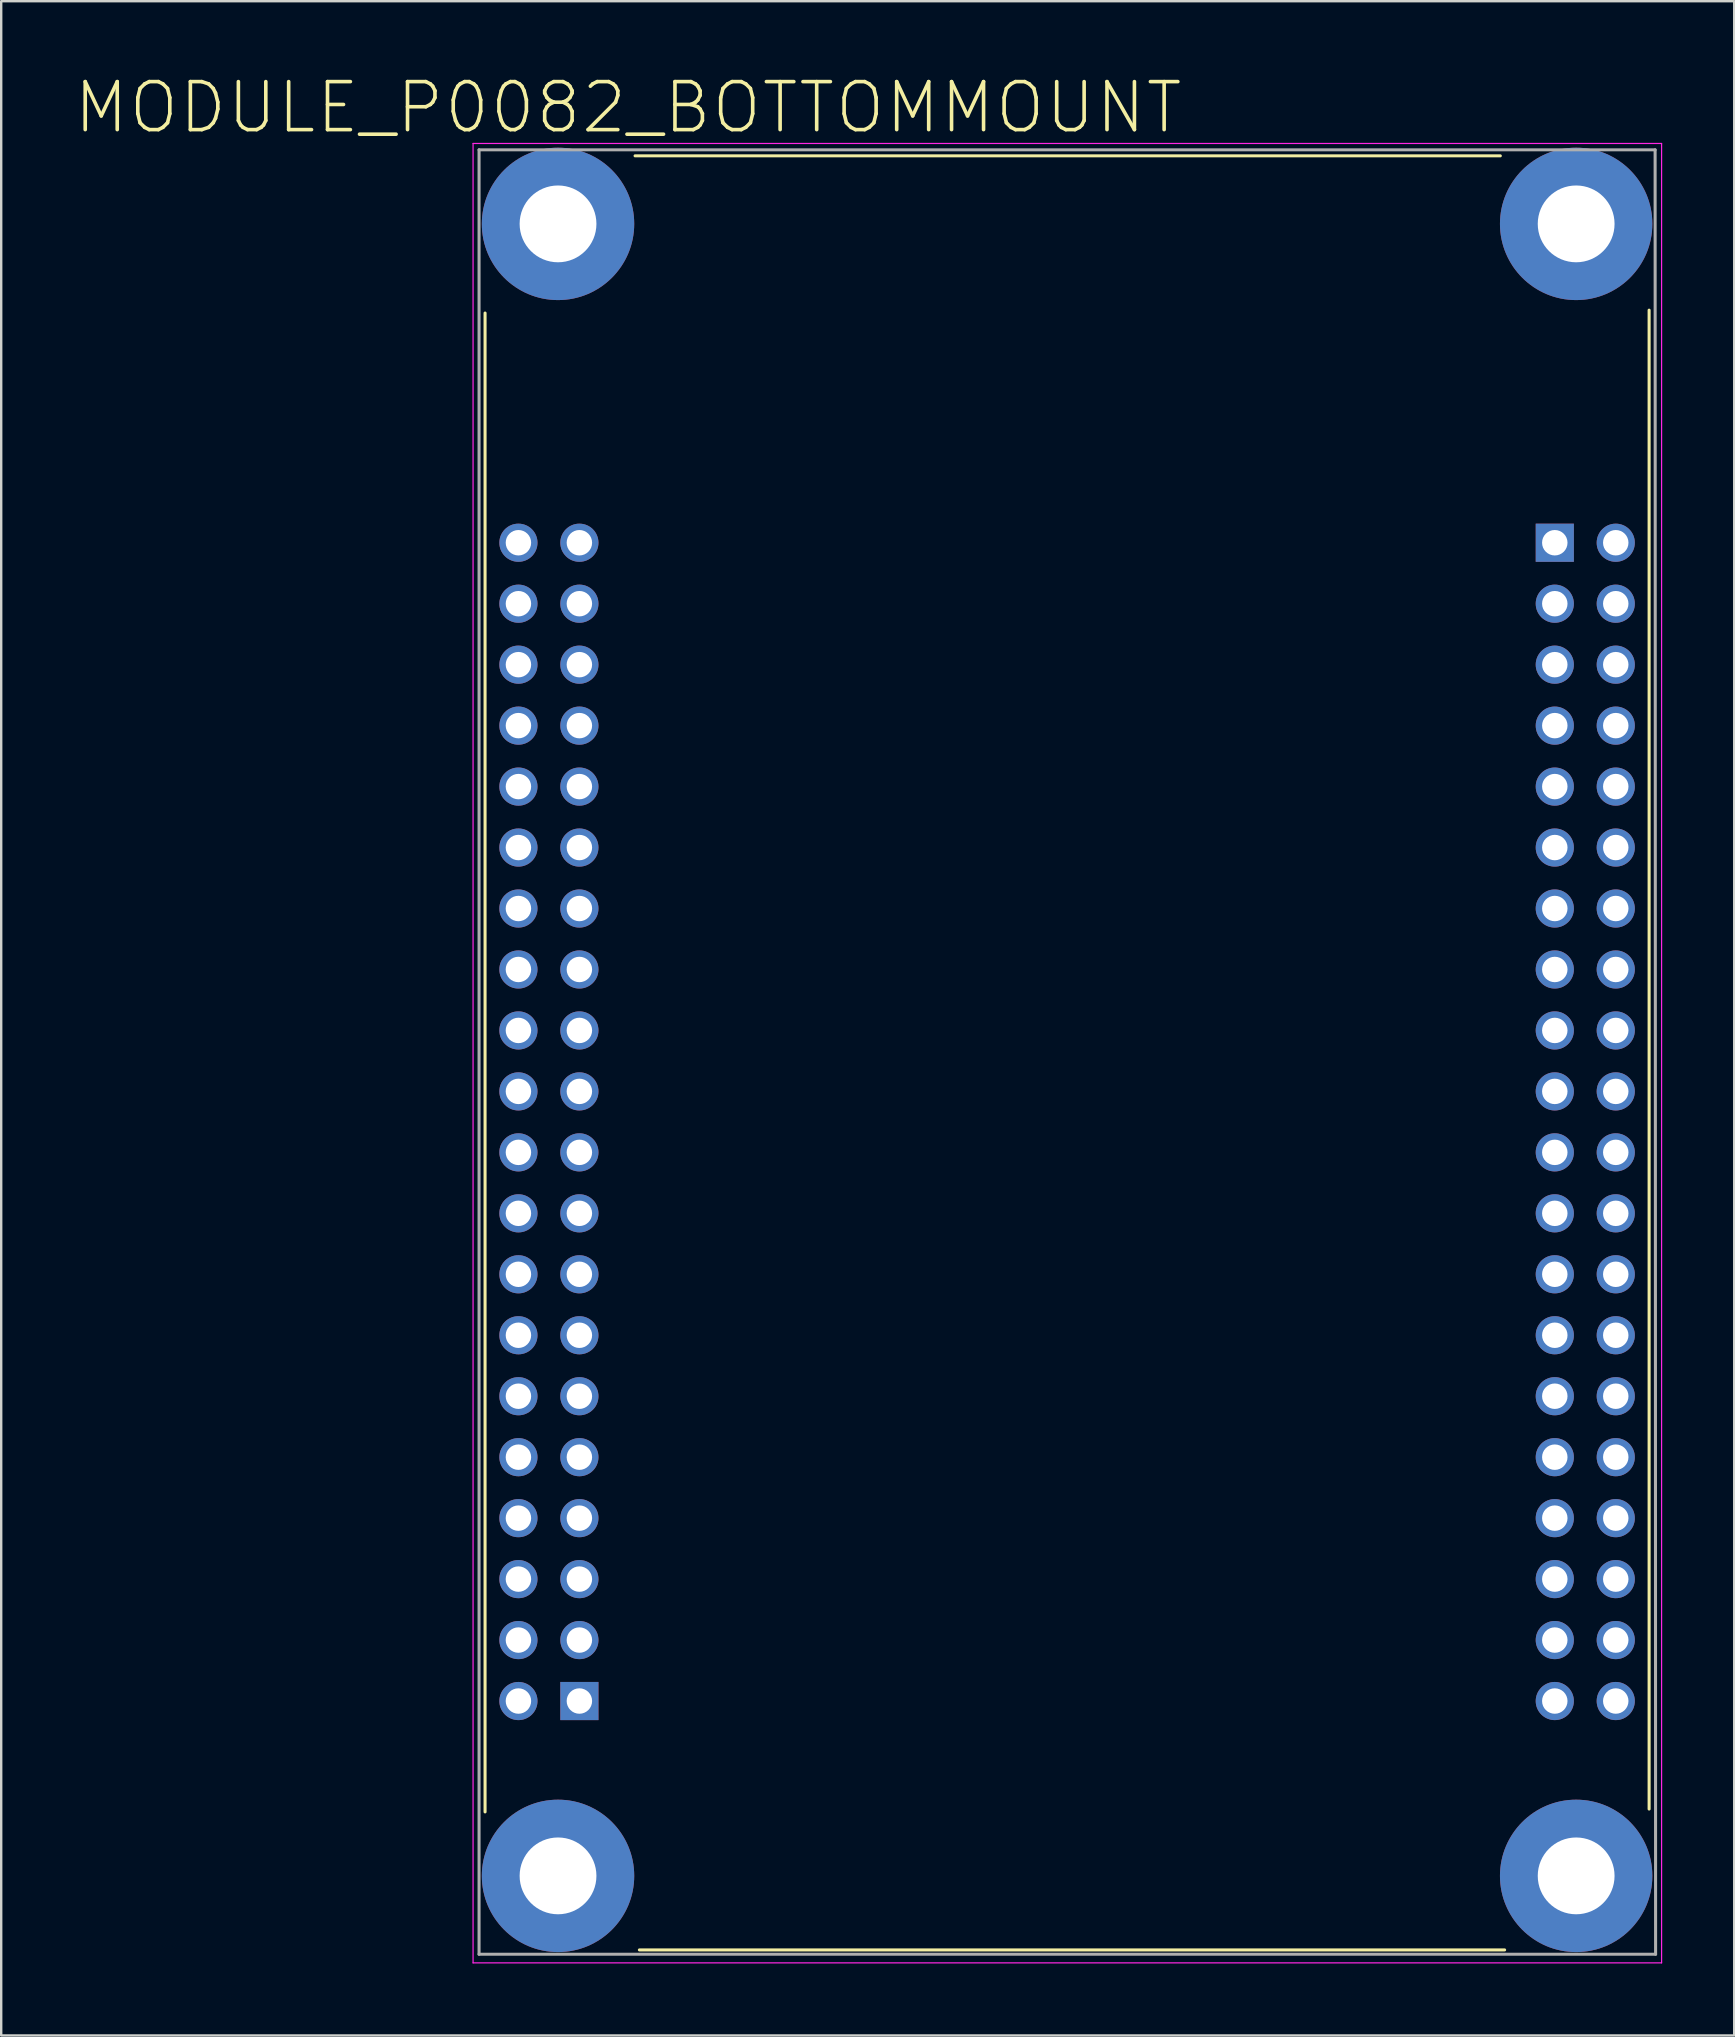
<source format=kicad_pcb>
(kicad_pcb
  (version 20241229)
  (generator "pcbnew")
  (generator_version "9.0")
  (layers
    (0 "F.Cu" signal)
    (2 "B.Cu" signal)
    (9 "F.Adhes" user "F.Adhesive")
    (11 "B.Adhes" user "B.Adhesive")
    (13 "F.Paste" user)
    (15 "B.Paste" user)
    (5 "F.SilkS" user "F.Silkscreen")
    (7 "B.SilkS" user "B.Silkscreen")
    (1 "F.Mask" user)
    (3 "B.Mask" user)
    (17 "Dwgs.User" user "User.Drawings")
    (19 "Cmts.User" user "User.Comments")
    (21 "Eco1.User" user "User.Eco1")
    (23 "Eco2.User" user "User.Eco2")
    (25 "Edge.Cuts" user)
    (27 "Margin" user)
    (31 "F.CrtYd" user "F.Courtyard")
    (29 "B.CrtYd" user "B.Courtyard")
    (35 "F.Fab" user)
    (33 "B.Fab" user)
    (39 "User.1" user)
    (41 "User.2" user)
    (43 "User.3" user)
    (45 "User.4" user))
  (footprint "MODULE_P0082_BOTTOMMOUNT"
    (layer "F.Cu")
    (at 41.41 43.693)
    (property "Reference" "MODULE_P0082_BOTTOMMOUNT" (at -18.29 -42.26 0) (layer "F.SilkS") (effects (font (size 2 2) (thickness 0.15))))
    (attr through_hole)
    (fp_line (start -24.25 -33.7) (end -24.25 28.75) (stroke (width 0.127) (type solid)) (layer "F.SilkS"))
    (fp_line (start -18 -40.25) (end 18.05 -40.25) (stroke (width 0.127) (type solid)) (layer "F.SilkS"))
    (fp_line (start -17.82 34.5) (end 18.23 34.5) (stroke (width 0.127) (type solid)) (layer "F.SilkS"))
    (fp_line (start 24.25 -33.82) (end 24.25 28.63) (stroke (width 0.127) (type solid)) (layer "F.SilkS"))
    (fp_line (start -24.75 -40.765) (end 24.77 -40.765) (stroke (width 0.05) (type solid)) (layer "F.CrtYd"))
    (fp_line (start -24.75 35.04) (end -24.75 -40.765) (stroke (width 0.05) (type solid)) (layer "F.CrtYd"))
    (fp_line (start 24.77 -40.765) (end 24.77 35.04) (stroke (width 0.05) (type solid)) (layer "F.CrtYd"))
    (fp_line (start 24.77 35.04) (end -24.75 35.04) (stroke (width 0.05) (type solid)) (layer "F.CrtYd"))
    (fp_line (start -24.5 -40.5) (end 24.5 -40.5) (stroke (width 0.127) (type solid)) (layer "F.Fab"))
    (fp_line (start -24.5 34.68) (end -24.5 -40.5) (stroke (width 0.127) (type solid)) (layer "F.Fab"))
    (fp_line (start 24.5 -40.5) (end 24.52 34.68) (stroke (width 0.127) (type solid)) (layer "F.Fab"))
    (fp_line (start 24.52 34.68) (end -24.5 34.68) (stroke (width 0.127) (type solid)) (layer "F.Fab"))
    (pad "JP1_1" thru_hole rect (at 20.32 -24.13) (size 1.59 1.59) (drill 1.06) (layers "*.Cu" "*.Mask"))
    (pad "JP1_2" thru_hole circle (at 22.86 -24.13) (size 1.59 1.59) (drill 1.06) (layers "*.Cu" "*.Mask"))
    (pad "JP1_3" thru_hole circle (at 20.32 -21.59) (size 1.59 1.59) (drill 1.06) (layers "*.Cu" "*.Mask"))
    (pad "JP1_4" thru_hole circle (at 22.86 -21.59) (size 1.59 1.59) (drill 1.06) (layers "*.Cu" "*.Mask"))
    (pad "JP1_5" thru_hole circle (at 20.32 -19.05) (size 1.59 1.59) (drill 1.06) (layers "*.Cu" "*.Mask"))
    (pad "JP1_6" thru_hole circle (at 22.86 -19.05) (size 1.59 1.59) (drill 1.06) (layers "*.Cu" "*.Mask"))
    (pad "JP1_7" thru_hole circle (at 20.32 -16.51) (size 1.59 1.59) (drill 1.06) (layers "*.Cu" "*.Mask"))
    (pad "JP1_8" thru_hole circle (at 22.86 -16.51) (size 1.59 1.59) (drill 1.06) (layers "*.Cu" "*.Mask"))
    (pad "JP1_9" thru_hole circle (at 20.32 -13.97) (size 1.59 1.59) (drill 1.06) (layers "*.Cu" "*.Mask"))
    (pad "JP1_10" thru_hole circle (at 22.86 -13.97) (size 1.59 1.59) (drill 1.06) (layers "*.Cu" "*.Mask"))
    (pad "JP1_11" thru_hole circle (at 20.32 -11.43) (size 1.59 1.59) (drill 1.06) (layers "*.Cu" "*.Mask"))
    (pad "JP1_12" thru_hole circle (at 22.86 -11.43) (size 1.59 1.59) (drill 1.06) (layers "*.Cu" "*.Mask"))
    (pad "JP1_13" thru_hole circle (at 20.32 -8.89) (size 1.59 1.59) (drill 1.06) (layers "*.Cu" "*.Mask"))
    (pad "JP1_14" thru_hole circle (at 22.86 -8.89) (size 1.59 1.59) (drill 1.06) (layers "*.Cu" "*.Mask"))
    (pad "JP1_15" thru_hole circle (at 20.32 -6.35) (size 1.59 1.59) (drill 1.06) (layers "*.Cu" "*.Mask"))
    (pad "JP1_16" thru_hole circle (at 22.86 -6.35) (size 1.59 1.59) (drill 1.06) (layers "*.Cu" "*.Mask"))
    (pad "JP1_17" thru_hole circle (at 20.32 -3.81) (size 1.59 1.59) (drill 1.06) (layers "*.Cu" "*.Mask"))
    (pad "JP1_18" thru_hole circle (at 22.86 -3.81) (size 1.59 1.59) (drill 1.06) (layers "*.Cu" "*.Mask"))
    (pad "JP1_19" thru_hole circle (at 20.32 -1.27) (size 1.59 1.59) (drill 1.06) (layers "*.Cu" "*.Mask"))
    (pad "JP1_20" thru_hole circle (at 22.86 -1.27) (size 1.59 1.59) (drill 1.06) (layers "*.Cu" "*.Mask"))
    (pad "JP1_21" thru_hole circle (at 20.32 1.27) (size 1.59 1.59) (drill 1.06) (layers "*.Cu" "*.Mask"))
    (pad "JP1_22" thru_hole circle (at 22.86 1.27) (size 1.59 1.59) (drill 1.06) (layers "*.Cu" "*.Mask"))
    (pad "JP1_23" thru_hole circle (at 20.32 3.81) (size 1.59 1.59) (drill 1.06) (layers "*.Cu" "*.Mask"))
    (pad "JP1_24" thru_hole circle (at 22.86 3.81) (size 1.59 1.59) (drill 1.06) (layers "*.Cu" "*.Mask"))
    (pad "JP1_25" thru_hole circle (at 20.32 6.35) (size 1.59 1.59) (drill 1.06) (layers "*.Cu" "*.Mask"))
    (pad "JP1_26" thru_hole circle (at 22.86 6.35) (size 1.59 1.59) (drill 1.06) (layers "*.Cu" "*.Mask"))
    (pad "JP1_27" thru_hole circle (at 20.32 8.89) (size 1.59 1.59) (drill 1.06) (layers "*.Cu" "*.Mask"))
    (pad "JP1_28" thru_hole circle (at 22.86 8.89) (size 1.59 1.59) (drill 1.06) (layers "*.Cu" "*.Mask"))
    (pad "JP1_29" thru_hole circle (at 20.32 11.43) (size 1.59 1.59) (drill 1.06) (layers "*.Cu" "*.Mask"))
    (pad "JP1_30" thru_hole circle (at 22.86 11.43) (size 1.59 1.59) (drill 1.06) (layers "*.Cu" "*.Mask"))
    (pad "JP1_31" thru_hole circle (at 20.32 13.97) (size 1.59 1.59) (drill 1.06) (layers "*.Cu" "*.Mask"))
    (pad "JP1_32" thru_hole circle (at 22.86 13.97) (size 1.59 1.59) (drill 1.06) (layers "*.Cu" "*.Mask"))
    (pad "JP1_33" thru_hole circle (at 20.32 16.51) (size 1.59 1.59) (drill 1.06) (layers "*.Cu" "*.Mask"))
    (pad "JP1_34" thru_hole circle (at 22.86 16.51) (size 1.59 1.59) (drill 1.06) (layers "*.Cu" "*.Mask"))
    (pad "JP1_35" thru_hole circle (at 20.32 19.05) (size 1.59 1.59) (drill 1.06) (layers "*.Cu" "*.Mask"))
    (pad "JP1_36" thru_hole circle (at 22.86 19.05) (size 1.59 1.59) (drill 1.06) (layers "*.Cu" "*.Mask"))
    (pad "JP1_37" thru_hole circle (at 20.32 21.59) (size 1.59 1.59) (drill 1.06) (layers "*.Cu" "*.Mask"))
    (pad "JP1_38" thru_hole circle (at 22.86 21.59) (size 1.59 1.59) (drill 1.06) (layers "*.Cu" "*.Mask"))
    (pad "JP1_39" thru_hole circle (at 20.32 24.13) (size 1.59 1.59) (drill 1.06) (layers "*.Cu" "*.Mask"))
    (pad "JP1_40" thru_hole circle (at 22.86 24.13) (size 1.59 1.59) (drill 1.06) (layers "*.Cu" "*.Mask"))
    (pad "JP2_1" thru_hole rect (at -20.32 24.13) (size 1.59 1.59) (drill 1.06) (layers "*.Cu" "*.Mask"))
    (pad "JP2_2" thru_hole circle (at -22.86 24.13) (size 1.59 1.59) (drill 1.06) (layers "*.Cu" "*.Mask"))
    (pad "JP2_3" thru_hole circle (at -20.32 21.59) (size 1.59 1.59) (drill 1.06) (layers "*.Cu" "*.Mask"))
    (pad "JP2_4" thru_hole circle (at -22.86 21.59) (size 1.59 1.59) (drill 1.06) (layers "*.Cu" "*.Mask"))
    (pad "JP2_5" thru_hole circle (at -20.32 19.05) (size 1.59 1.59) (drill 1.06) (layers "*.Cu" "*.Mask"))
    (pad "JP2_6" thru_hole circle (at -22.86 19.05) (size 1.59 1.59) (drill 1.06) (layers "*.Cu" "*.Mask"))
    (pad "JP2_7" thru_hole circle (at -20.32 16.51) (size 1.59 1.59) (drill 1.06) (layers "*.Cu" "*.Mask"))
    (pad "JP2_8" thru_hole circle (at -22.86 16.51) (size 1.59 1.59) (drill 1.06) (layers "*.Cu" "*.Mask"))
    (pad "JP2_9" thru_hole circle (at -20.32 13.97) (size 1.59 1.59) (drill 1.06) (layers "*.Cu" "*.Mask"))
    (pad "JP2_10" thru_hole circle (at -22.86 13.97) (size 1.59 1.59) (drill 1.06) (layers "*.Cu" "*.Mask"))
    (pad "JP2_11" thru_hole circle (at -20.32 11.43) (size 1.59 1.59) (drill 1.06) (layers "*.Cu" "*.Mask"))
    (pad "JP2_12" thru_hole circle (at -22.86 11.43) (size 1.59 1.59) (drill 1.06) (layers "*.Cu" "*.Mask"))
    (pad "JP2_13" thru_hole circle (at -20.32 8.89) (size 1.59 1.59) (drill 1.06) (layers "*.Cu" "*.Mask"))
    (pad "JP2_14" thru_hole circle (at -22.86 8.89) (size 1.59 1.59) (drill 1.06) (layers "*.Cu" "*.Mask"))
    (pad "JP2_15" thru_hole circle (at -20.32 6.35) (size 1.59 1.59) (drill 1.06) (layers "*.Cu" "*.Mask"))
    (pad "JP2_16" thru_hole circle (at -22.86 6.35) (size 1.59 1.59) (drill 1.06) (layers "*.Cu" "*.Mask"))
    (pad "JP2_17" thru_hole circle (at -20.32 3.81) (size 1.59 1.59) (drill 1.06) (layers "*.Cu" "*.Mask"))
    (pad "JP2_18" thru_hole circle (at -22.86 3.81) (size 1.59 1.59) (drill 1.06) (layers "*.Cu" "*.Mask"))
    (pad "JP2_19" thru_hole circle (at -20.32 1.27) (size 1.59 1.59) (drill 1.06) (layers "*.Cu" "*.Mask"))
    (pad "JP2_20" thru_hole circle (at -22.86 1.27) (size 1.59 1.59) (drill 1.06) (layers "*.Cu" "*.Mask"))
    (pad "JP2_21" thru_hole circle (at -20.32 -1.27) (size 1.59 1.59) (drill 1.06) (layers "*.Cu" "*.Mask"))
    (pad "JP2_22" thru_hole circle (at -22.86 -1.27) (size 1.59 1.59) (drill 1.06) (layers "*.Cu" "*.Mask"))
    (pad "JP2_23" thru_hole circle (at -20.32 -3.81) (size 1.59 1.59) (drill 1.06) (layers "*.Cu" "*.Mask"))
    (pad "JP2_24" thru_hole circle (at -22.86 -3.81) (size 1.59 1.59) (drill 1.06) (layers "*.Cu" "*.Mask"))
    (pad "JP2_25" thru_hole circle (at -20.32 -6.35) (size 1.59 1.59) (drill 1.06) (layers "*.Cu" "*.Mask"))
    (pad "JP2_26" thru_hole circle (at -22.86 -6.35) (size 1.59 1.59) (drill 1.06) (layers "*.Cu" "*.Mask"))
    (pad "JP2_27" thru_hole circle (at -20.32 -8.89) (size 1.59 1.59) (drill 1.06) (layers "*.Cu" "*.Mask"))
    (pad "JP2_28" thru_hole circle (at -22.86 -8.89) (size 1.59 1.59) (drill 1.06) (layers "*.Cu" "*.Mask"))
    (pad "JP2_29" thru_hole circle (at -20.32 -11.43) (size 1.59 1.59) (drill 1.06) (layers "*.Cu" "*.Mask"))
    (pad "JP2_30" thru_hole circle (at -22.86 -11.43) (size 1.59 1.59) (drill 1.06) (layers "*.Cu" "*.Mask"))
    (pad "JP2_31" thru_hole circle (at -20.32 -13.97) (size 1.59 1.59) (drill 1.06) (layers "*.Cu" "*.Mask"))
    (pad "JP2_32" thru_hole circle (at -22.86 -13.97) (size 1.59 1.59) (drill 1.06) (layers "*.Cu" "*.Mask"))
    (pad "JP2_33" thru_hole circle (at -20.32 -16.51) (size 1.59 1.59) (drill 1.06) (layers "*.Cu" "*.Mask"))
    (pad "JP2_34" thru_hole circle (at -22.86 -16.51) (size 1.59 1.59) (drill 1.06) (layers "*.Cu" "*.Mask"))
    (pad "JP2_35" thru_hole circle (at -20.32 -19.05) (size 1.59 1.59) (drill 1.06) (layers "*.Cu" "*.Mask"))
    (pad "JP2_36" thru_hole circle (at -22.86 -19.05) (size 1.59 1.59) (drill 1.06) (layers "*.Cu" "*.Mask"))
    (pad "JP2_37" thru_hole circle (at -20.32 -21.59) (size 1.59 1.59) (drill 1.06) (layers "*.Cu" "*.Mask"))
    (pad "JP2_38" thru_hole circle (at -22.86 -21.59) (size 1.59 1.59) (drill 1.06) (layers "*.Cu" "*.Mask"))
    (pad "JP2_39" thru_hole circle (at -20.32 -24.13) (size 1.59 1.59) (drill 1.06) (layers "*.Cu" "*.Mask"))
    (pad "JP2_40" thru_hole circle (at -22.86 -24.13) (size 1.59 1.59) (drill 1.06) (layers "*.Cu" "*.Mask"))
    (pad "S1" thru_hole circle (at -21.21 -37.415) (size 6.35 6.35) (drill 3.2) (layers "*.Cu" "*.Mask"))
    (pad "S2" thru_hole circle (at 21.21 -37.415) (size 6.35 6.35) (drill 3.2) (layers "*.Cu" "*.Mask"))
    (pad "S3" thru_hole circle (at -21.21 31.415) (size 6.35 6.35) (drill 3.2) (layers "*.Cu" "*.Mask"))
    (pad "S4" thru_hole circle (at 21.21 31.415) (size 6.35 6.35) (drill 3.2) (layers "*.Cu" "*.Mask")))
  (gr_rect
    (start -3 -3)
    (end 69.205 81.758)
    (stroke (width 0.1) (type default))
    (fill no)
    (layer "Edge.Cuts")))
</source>
